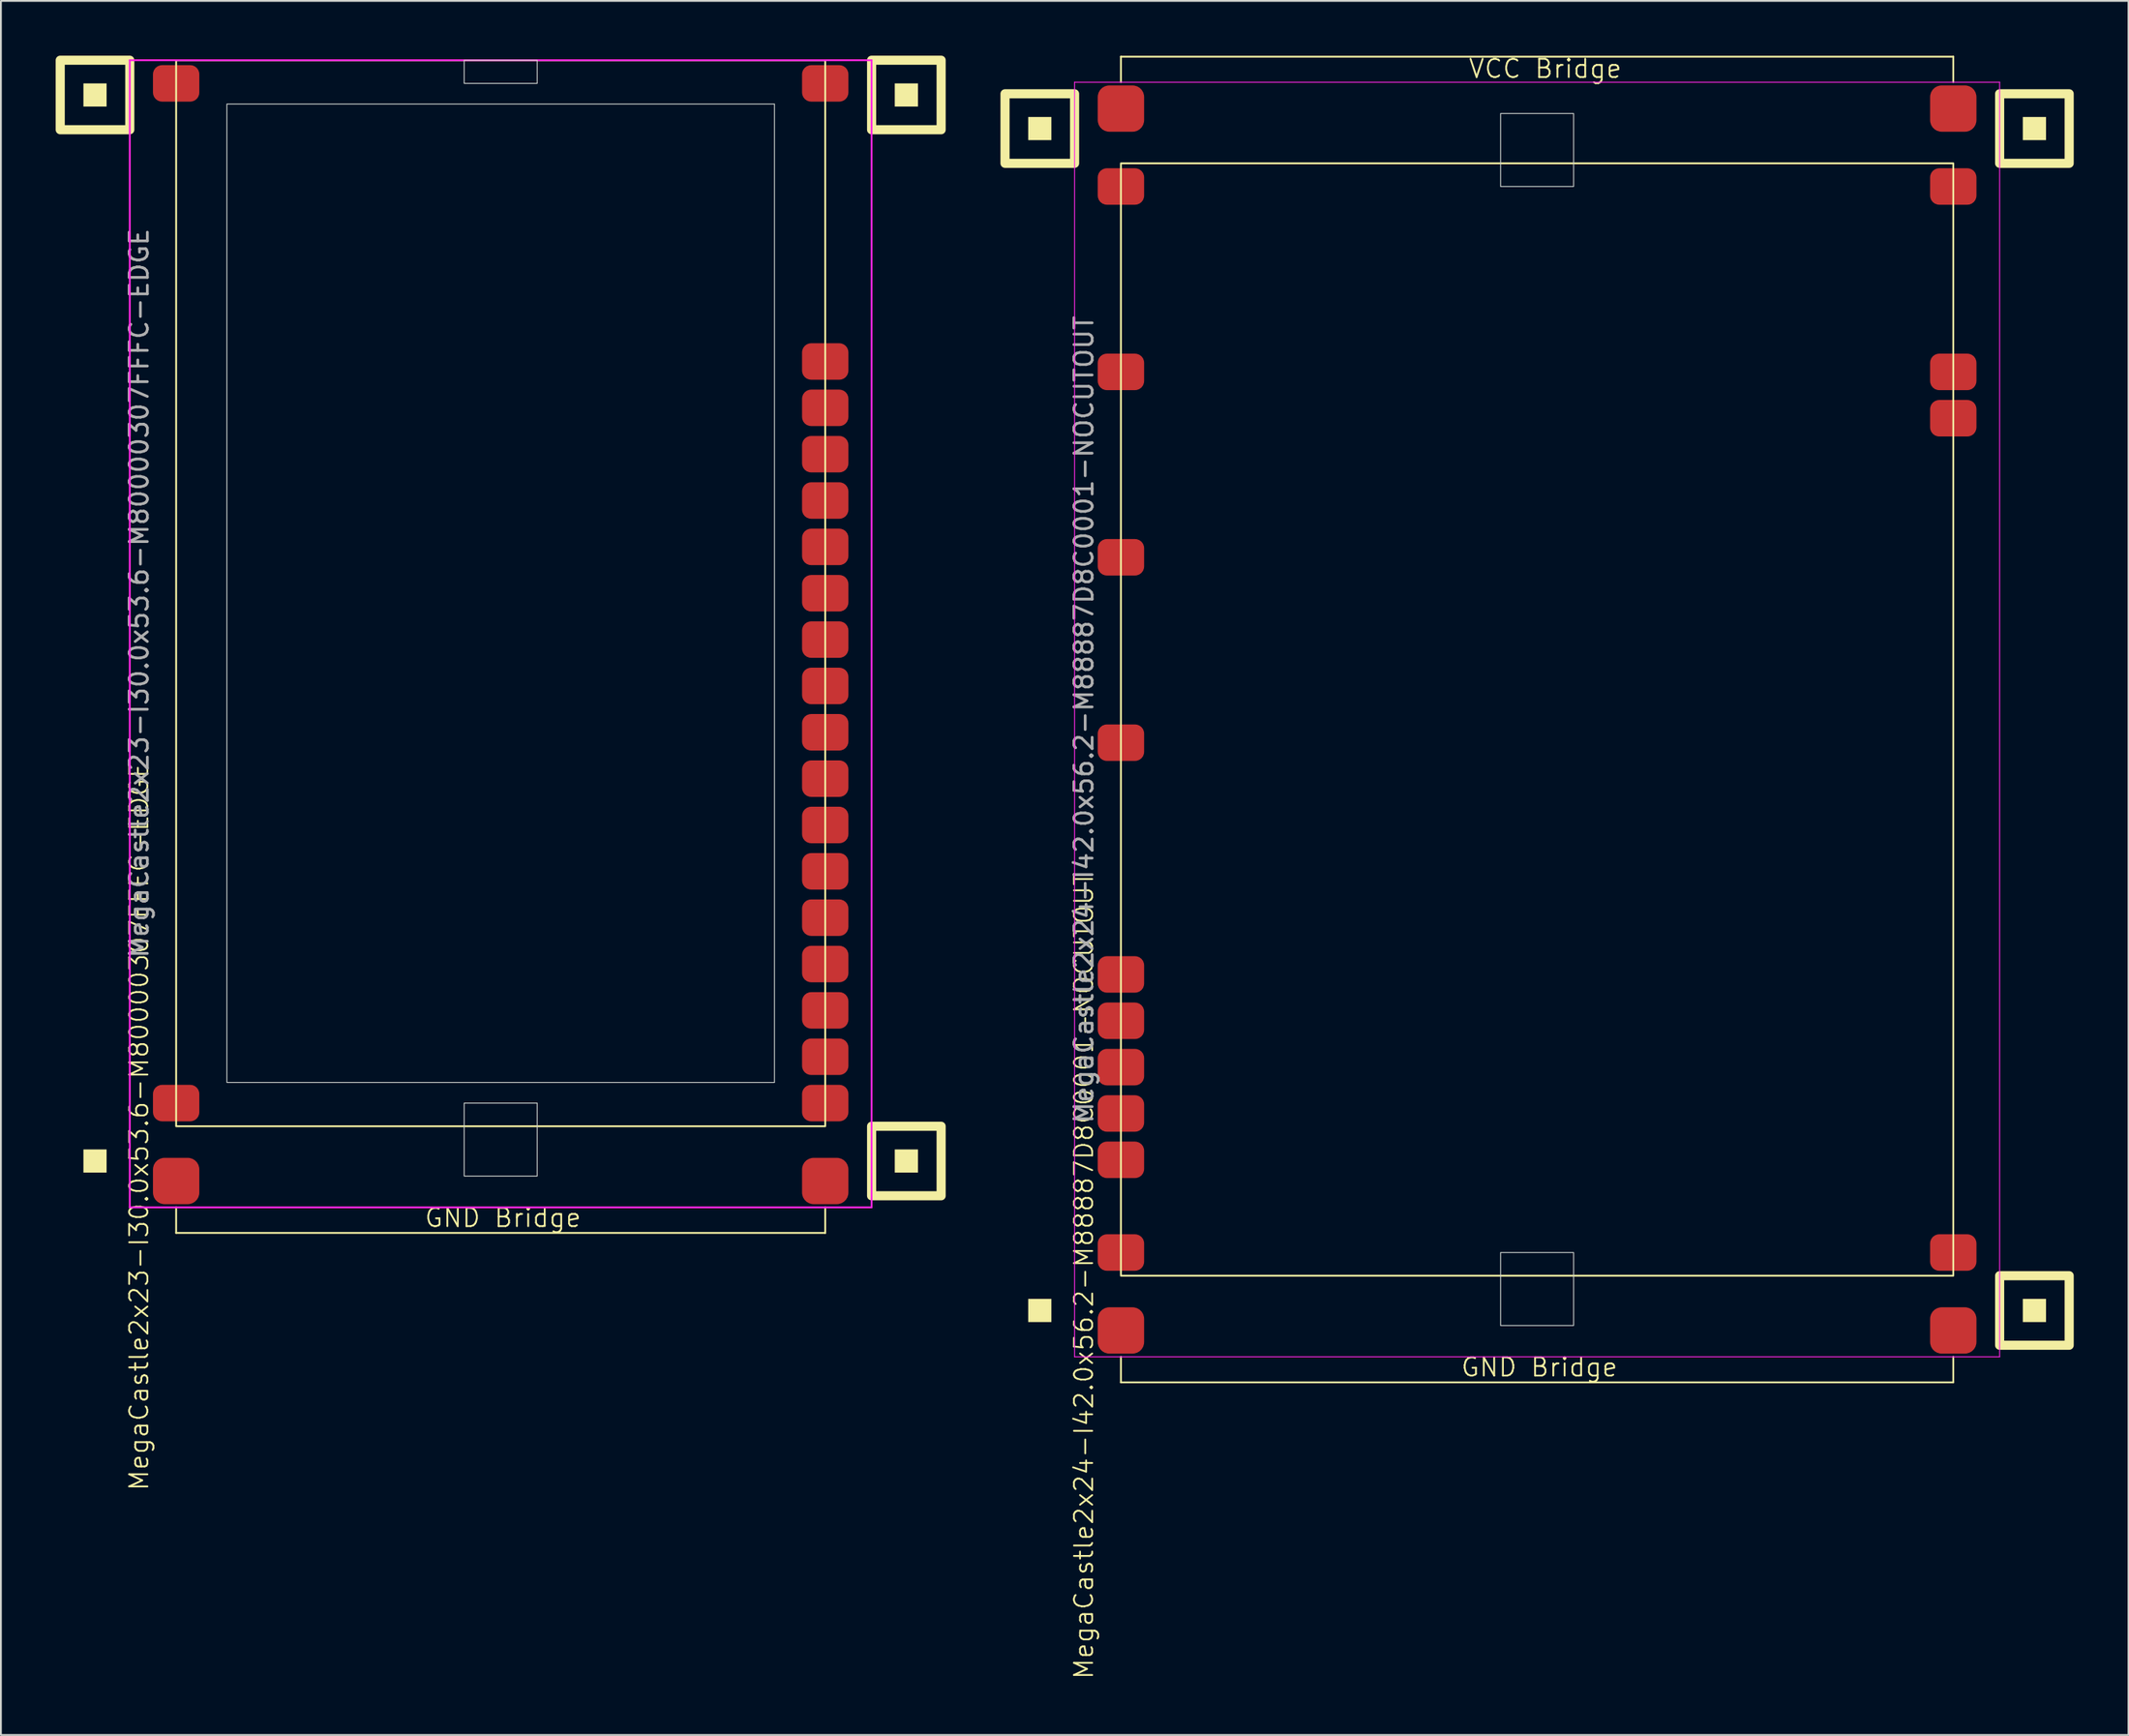
<source format=kicad_pcb>
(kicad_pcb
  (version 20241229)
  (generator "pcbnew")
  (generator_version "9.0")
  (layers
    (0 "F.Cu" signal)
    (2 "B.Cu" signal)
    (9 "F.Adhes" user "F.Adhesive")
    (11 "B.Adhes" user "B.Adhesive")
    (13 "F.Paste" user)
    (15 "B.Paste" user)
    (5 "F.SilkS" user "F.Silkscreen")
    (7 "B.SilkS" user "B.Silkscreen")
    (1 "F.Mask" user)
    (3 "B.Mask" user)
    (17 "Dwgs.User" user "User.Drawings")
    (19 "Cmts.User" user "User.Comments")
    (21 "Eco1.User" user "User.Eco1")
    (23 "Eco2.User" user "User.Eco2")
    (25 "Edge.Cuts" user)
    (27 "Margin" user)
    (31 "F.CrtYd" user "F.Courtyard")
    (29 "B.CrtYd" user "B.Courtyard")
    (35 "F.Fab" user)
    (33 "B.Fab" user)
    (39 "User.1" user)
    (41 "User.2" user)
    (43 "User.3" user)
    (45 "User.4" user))
  (footprint "MegaCastle2x24-I42.0x56.2-M88887D8C0001-NOCUTOUT"
    (layer "F.Cu")
    (at 81.16 36.38)
    (property "Reference" "MegaCastle2x24-I42.0x56.2-M88887D8C0001-NOCUTOUT" (at -24.832 30.48 90) (unlocked yes) (layer "F.SilkS") (effects (font (size 1 1) (thickness 0.1))))
    (attr smd)
    (fp_line (start -22.8 -36.325) (end 22.8 -36.325) (stroke (width 0.1) (type default)) (layer "F.SilkS"))
    (fp_line (start -22.8 -34.925) (end -22.8 -36.325) (stroke (width 0.1) (type default)) (layer "F.SilkS"))
    (fp_line (start -22.8 34.925) (end -22.8 36.325) (stroke (width 0.1) (type default)) (layer "F.SilkS"))
    (fp_line (start -22.8 36.325) (end 22.8 36.325) (stroke (width 0.1) (type default)) (layer "F.SilkS"))
    (fp_line (start 22.8 -34.925) (end 22.8 -36.325) (stroke (width 0.1) (type default)) (layer "F.SilkS"))
    (fp_line (start 22.8 34.925) (end 22.8 36.325) (stroke (width 0.1) (type default)) (layer "F.SilkS"))
    (fp_rect (start -26.61 -31.75) (end -27.88 -33.02) (stroke (width 0) (type solid)) (fill yes) (layer "F.SilkS"))
    (fp_rect (start -26.61 33.02) (end -27.88 31.75) (stroke (width 0) (type solid)) (fill yes) (layer "F.SilkS"))
    (fp_rect (start -25.34 -30.48) (end -29.15 -34.29) (stroke (width 0.5) (type default)) (fill no) (layer "F.SilkS"))
    (fp_rect (start -22.8 -30.48) (end 22.8 30.48) (stroke (width 0.1) (type default)) (fill no) (layer "F.SilkS"))
    (fp_rect (start 27.88 -31.75) (end 26.61 -33.02) (stroke (width 0) (type solid)) (fill yes) (layer "F.SilkS"))
    (fp_rect (start 27.88 33.02) (end 26.61 31.75) (stroke (width 0) (type solid)) (fill yes) (layer "F.SilkS"))
    (fp_rect (start 29.15 -30.48) (end 25.34 -34.29) (stroke (width 0.5) (type default)) (fill no) (layer "F.SilkS"))
    (fp_rect (start 29.15 34.29) (end 25.34 30.48) (stroke (width 0.5) (type default)) (fill no) (layer "F.SilkS"))
    (fp_rect (start -2 -29.21) (end 2 -33.21) (stroke (width 0.05) (type default)) (fill no) (layer "Edge.Cuts"))
    (fp_rect (start -2 29.21) (end 2 33.21) (stroke (width 0.05) (type default)) (fill no) (layer "Edge.Cuts"))
    (fp_line (start -25.34 -34.925) (end -25.34 34.925) (stroke (width 0.05) (type default)) (layer "F.CrtYd"))
    (fp_line (start -25.34 34.925) (end 25.34 34.925) (stroke (width 0.05) (type default)) (layer "F.CrtYd"))
    (fp_line (start 25.34 -34.925) (end -25.34 -34.925) (stroke (width 0.05) (type default)) (layer "F.CrtYd"))
    (fp_line (start 25.34 -34.925) (end 25.34 34.925) (stroke (width 0.05) (type default)) (layer "F.CrtYd"))
    (fp_text user "GND Bridge" (at -4.226 36.08 0) (unlocked yes) (layer "F.SilkS") (effects (font (size 1 1) (thickness 0.1)) (justify left bottom)))
    (fp_text user "VCC Bridge" (at -3.81 -35.08 0) (unlocked yes) (layer "F.SilkS") (effects (font (size 1 1) (thickness 0.1)) (justify left bottom)))
    (fp_text user "${REFERENCE}" (at -24.832 0 90) (unlocked yes) (layer "F.Fab") (effects (font (size 1 1) (thickness 0.15))))
    (pad "1" smd roundrect (at -22.8 -29.21) (size 2.54 2) (layers "F.Cu" "F.Mask" "F.Paste") (roundrect_rratio 0.25))
    (pad "5" smd roundrect (at -22.8 -19.05) (size 2.54 2) (layers "F.Cu" "F.Mask" "F.Paste") (roundrect_rratio 0.25))
    (pad "9" smd roundrect (at -22.8 -8.89) (size 2.54 2) (layers "F.Cu" "F.Mask" "F.Paste") (roundrect_rratio 0.25))
    (pad "13" smd roundrect (at -22.8 1.27) (size 2.54 2) (layers "F.Cu" "F.Mask" "F.Paste") (roundrect_rratio 0.25))
    (pad "18" smd roundrect (at -22.8 13.97) (size 2.54 2) (layers "F.Cu" "F.Mask" "F.Paste") (roundrect_rratio 0.25))
    (pad "19" smd roundrect (at -22.8 16.51) (size 2.54 2) (layers "F.Cu" "F.Mask" "F.Paste") (roundrect_rratio 0.25))
    (pad "20" smd roundrect (at -22.8 19.05) (size 2.54 2) (layers "F.Cu" "F.Mask" "F.Paste") (roundrect_rratio 0.25))
    (pad "21" smd roundrect (at -22.8 21.59) (size 2.54 2) (layers "F.Cu" "F.Mask" "F.Paste") (roundrect_rratio 0.25))
    (pad "22" smd roundrect (at -22.8 24.13) (size 2.54 2) (layers "F.Cu" "F.Mask" "F.Paste") (roundrect_rratio 0.25))
    (pad "24" smd roundrect (at -22.8 29.21) (size 2.54 2) (layers "F.Cu" "F.Mask" "F.Paste") (roundrect_rratio 0.25))
    (pad "25" smd roundrect (at 22.8 -29.21) (size 2.54 2) (layers "F.Cu" "F.Mask" "F.Paste") (roundrect_rratio 0.25))
    (pad "29" smd roundrect (at 22.8 -19.05) (size 2.54 2) (layers "F.Cu" "F.Mask" "F.Paste") (roundrect_rratio 0.25))
    (pad "30" smd roundrect (at 22.8 -16.51) (size 2.54 2) (layers "F.Cu" "F.Mask" "F.Paste") (roundrect_rratio 0.25))
    (pad "48" smd roundrect (at 22.8 29.21) (size 2.54 2) (layers "F.Cu" "F.Mask" "F.Paste") (roundrect_rratio 0.25))
    (pad "A1" smd roundrect (at -22.8 -33.48) (size 2.54 2.54) (layers "F.Cu" "F.Mask" "F.Paste") (roundrect_rratio 0.25))
    (pad "A2" smd roundrect (at 22.8 -33.48) (size 2.54 2.54) (layers "F.Cu" "F.Mask" "F.Paste") (roundrect_rratio 0.25))
    (pad "B1" smd roundrect (at -22.8 33.48) (size 2.54 2.54) (layers "F.Cu" "F.Mask" "F.Paste") (roundrect_rratio 0.25))
    (pad "B2" smd roundrect (at 22.8 33.48) (size 2.54 2.54) (layers "F.Cu" "F.Mask" "F.Paste") (roundrect_rratio 0.25)))
  (footprint "MegaCastle2x23-I30.0x53.6-M80000307FFFC-EDGE"
    (layer "F.Cu")
    (at 24.38 29.46)
    (property "Reference" "MegaCastle2x23-I30.0x53.6-M80000307FFFC-EDGE" (at -19.812 29.21 90) (unlocked yes) (layer "F.SilkS") (effects (font (size 1 1) (thickness 0.1))))
    (attr smd)
    (fp_line (start -17.78 33.655) (end -17.78 35.055) (stroke (width 0.1) (type default)) (layer "F.SilkS"))
    (fp_line (start -17.78 35.055) (end 17.78 35.055) (stroke (width 0.1) (type default)) (layer "F.SilkS"))
    (fp_line (start 17.78 33.655) (end 17.78 35.055) (stroke (width 0.1) (type default)) (layer "F.SilkS"))
    (fp_rect (start -21.59 -26.67) (end -22.86 -27.94) (stroke (width 0) (type solid)) (fill yes) (layer "F.SilkS"))
    (fp_rect (start -21.59 31.75) (end -22.86 30.48) (stroke (width 0) (type solid)) (fill yes) (layer "F.SilkS"))
    (fp_rect (start -20.32 -25.4) (end -24.13 -29.21) (stroke (width 0.5) (type default)) (fill no) (layer "F.SilkS"))
    (fp_rect (start -17.78 -29.21) (end 17.78 29.21) (stroke (width 0.1) (type default)) (fill no) (layer "F.SilkS"))
    (fp_rect (start 22.86 -26.67) (end 21.59 -27.94) (stroke (width 0) (type solid)) (fill yes) (layer "F.SilkS"))
    (fp_rect (start 22.86 31.75) (end 21.59 30.48) (stroke (width 0) (type solid)) (fill yes) (layer "F.SilkS"))
    (fp_rect (start 24.13 -25.4) (end 20.32 -29.21) (stroke (width 0.5) (type default)) (fill no) (layer "F.SilkS"))
    (fp_rect (start 24.13 33.02) (end 20.32 29.21) (stroke (width 0.5) (type default)) (fill no) (layer "F.SilkS"))
    (fp_rect (start -15 -26.81) (end 15 26.81) (stroke (width 0.05) (type default)) (fill no) (layer "Edge.Cuts"))
    (fp_rect (start -2 -27.94) (end 2 -29.21) (stroke (width 0.05) (type default)) (fill no) (layer "Edge.Cuts"))
    (fp_rect (start -2 27.94) (end 2 31.94) (stroke (width 0.05) (type default)) (fill no) (layer "Edge.Cuts"))
    (fp_line (start -20.32 -29.21) (end -20.32 33.655) (stroke (width 0.1) (type default)) (layer "F.CrtYd"))
    (fp_line (start -20.32 33.655) (end 20.32 33.655) (stroke (width 0.1) (type default)) (layer "F.CrtYd"))
    (fp_line (start 20.32 -29.21) (end -20.32 -29.21) (stroke (width 0.1) (type default)) (layer "F.CrtYd"))
    (fp_line (start 20.32 -29.21) (end 20.32 33.655) (stroke (width 0.1) (type default)) (layer "F.CrtYd"))
    (fp_text user "GND Bridge" (at -4.226 34.81 0) (unlocked yes) (layer "F.SilkS") (effects (font (size 1 1) (thickness 0.1)) (justify left bottom)))
    (fp_text user "${REFERENCE}" (at -19.812 0 90) (unlocked yes) (layer "F.Fab") (effects (font (size 1 1) (thickness 0.15))))
    (pad "1" smd roundrect (at -17.78 -27.94) (size 2.54 2) (layers "F.Cu" "F.Mask" "F.Paste") (roundrect_rratio 0.25))
    (pad "23" smd roundrect (at -17.78 27.94) (size 2.54 2) (layers "F.Cu" "F.Mask" "F.Paste") (roundrect_rratio 0.25))
    (pad "24" smd roundrect (at 17.78 -27.94) (size 2.54 2) (layers "F.Cu" "F.Mask" "F.Paste") (roundrect_rratio 0.25))
    (pad "30" smd roundrect (at 17.78 -12.7) (size 2.54 2) (layers "F.Cu" "F.Mask" "F.Paste") (roundrect_rratio 0.25))
    (pad "31" smd roundrect (at 17.78 -10.16) (size 2.54 2) (layers "F.Cu" "F.Mask" "F.Paste") (roundrect_rratio 0.25))
    (pad "32" smd roundrect (at 17.78 -7.62) (size 2.54 2) (layers "F.Cu" "F.Mask" "F.Paste") (roundrect_rratio 0.25))
    (pad "33" smd roundrect (at 17.78 -5.08) (size 2.54 2) (layers "F.Cu" "F.Mask" "F.Paste") (roundrect_rratio 0.25))
    (pad "34" smd roundrect (at 17.78 -2.54) (size 2.54 2) (layers "F.Cu" "F.Mask" "F.Paste") (roundrect_rratio 0.25))
    (pad "35" smd roundrect (at 17.78 0) (size 2.54 2) (layers "F.Cu" "F.Mask" "F.Paste") (roundrect_rratio 0.25))
    (pad "36" smd roundrect (at 17.78 2.54) (size 2.54 2) (layers "F.Cu" "F.Mask" "F.Paste") (roundrect_rratio 0.25))
    (pad "37" smd roundrect (at 17.78 5.08) (size 2.54 2) (layers "F.Cu" "F.Mask" "F.Paste") (roundrect_rratio 0.25))
    (pad "38" smd roundrect (at 17.78 7.62) (size 2.54 2) (layers "F.Cu" "F.Mask" "F.Paste") (roundrect_rratio 0.25))
    (pad "39" smd roundrect (at 17.78 10.16) (size 2.54 2) (layers "F.Cu" "F.Mask" "F.Paste") (roundrect_rratio 0.25))
    (pad "40" smd roundrect (at 17.78 12.7) (size 2.54 2) (layers "F.Cu" "F.Mask" "F.Paste") (roundrect_rratio 0.25))
    (pad "41" smd roundrect (at 17.78 15.24) (size 2.54 2) (layers "F.Cu" "F.Mask" "F.Paste") (roundrect_rratio 0.25))
    (pad "42" smd roundrect (at 17.78 17.78) (size 2.54 2) (layers "F.Cu" "F.Mask" "F.Paste") (roundrect_rratio 0.25))
    (pad "43" smd roundrect (at 17.78 20.32) (size 2.54 2) (layers "F.Cu" "F.Mask" "F.Paste") (roundrect_rratio 0.25))
    (pad "44" smd roundrect (at 17.78 22.86) (size 2.54 2) (layers "F.Cu" "F.Mask" "F.Paste") (roundrect_rratio 0.25))
    (pad "45" smd roundrect (at 17.78 25.4) (size 2.54 2) (layers "F.Cu" "F.Mask" "F.Paste") (roundrect_rratio 0.25))
    (pad "46" smd roundrect (at 17.78 27.94) (size 2.54 2) (layers "F.Cu" "F.Mask" "F.Paste") (roundrect_rratio 0.25))
    (pad "B1" smd roundrect (at -17.78 32.21) (size 2.54 2.54) (layers "F.Cu" "F.Mask" "F.Paste") (roundrect_rratio 0.25))
    (pad "B2" smd roundrect (at 17.78 32.21) (size 2.54 2.54) (layers "F.Cu" "F.Mask" "F.Paste") (roundrect_rratio 0.25)))
  (gr_rect
    (start -3 -3)
    (end 113.56 92.029)
    (stroke (width 0.1) (type default))
    (fill no)
    (layer "Edge.Cuts")))
</source>
